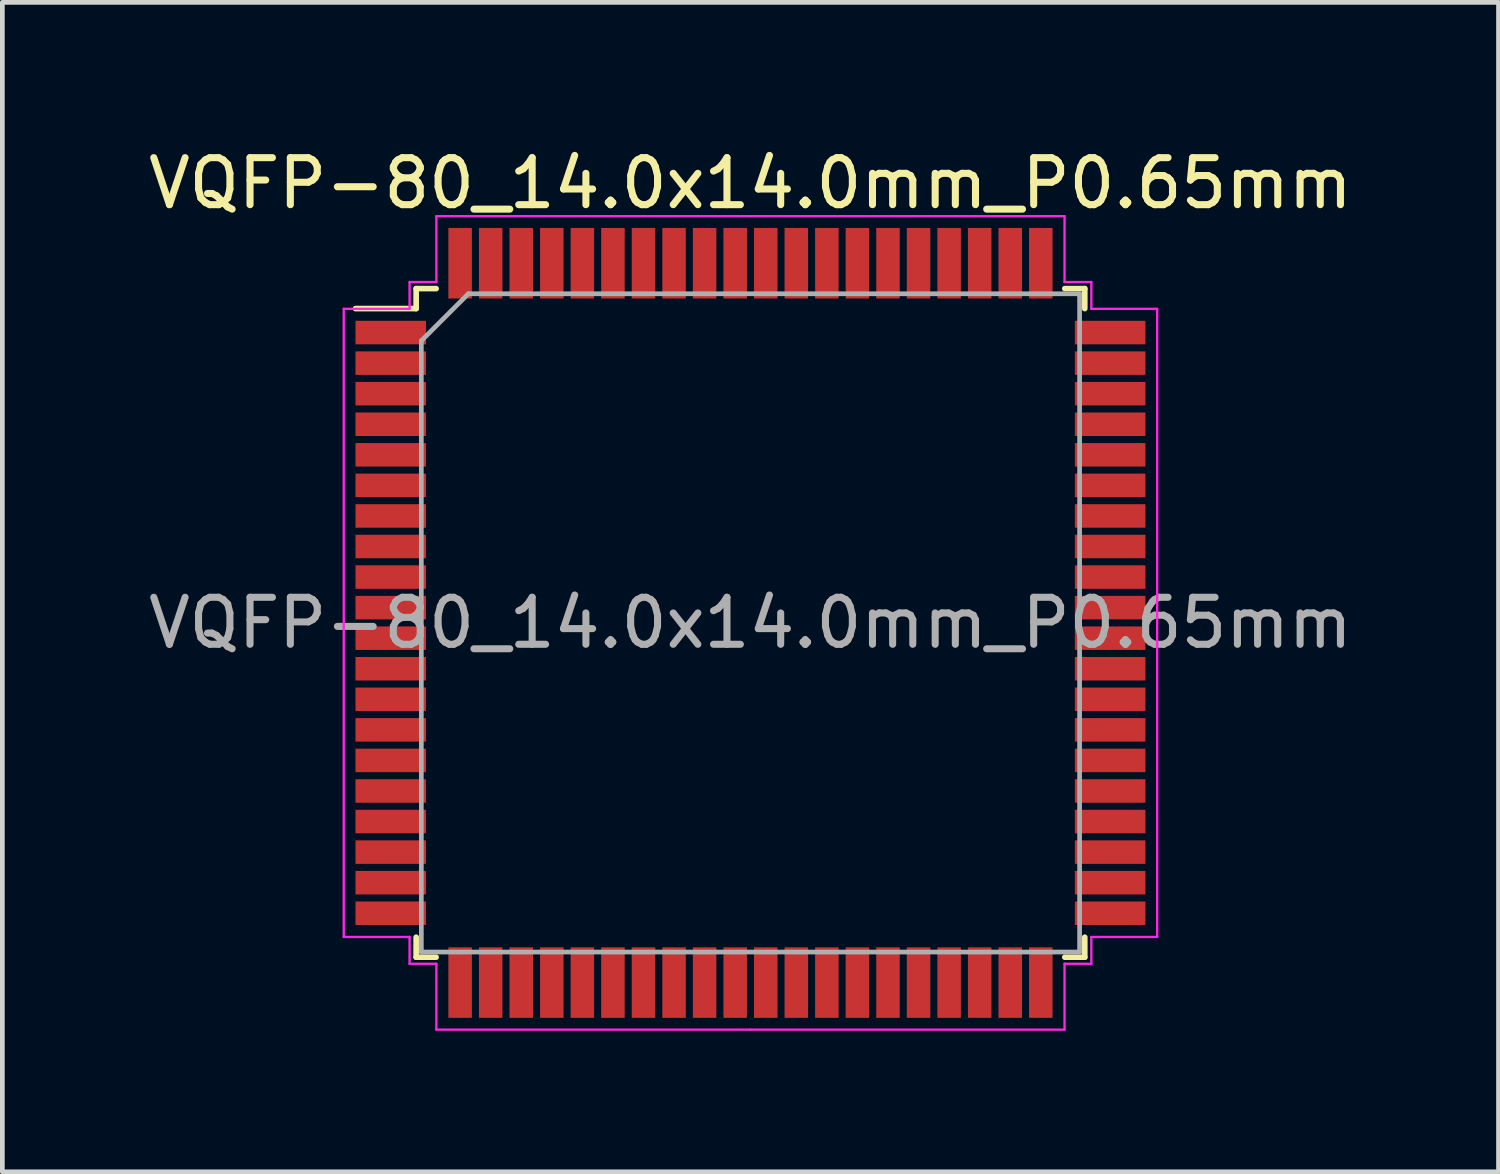
<source format=kicad_pcb>
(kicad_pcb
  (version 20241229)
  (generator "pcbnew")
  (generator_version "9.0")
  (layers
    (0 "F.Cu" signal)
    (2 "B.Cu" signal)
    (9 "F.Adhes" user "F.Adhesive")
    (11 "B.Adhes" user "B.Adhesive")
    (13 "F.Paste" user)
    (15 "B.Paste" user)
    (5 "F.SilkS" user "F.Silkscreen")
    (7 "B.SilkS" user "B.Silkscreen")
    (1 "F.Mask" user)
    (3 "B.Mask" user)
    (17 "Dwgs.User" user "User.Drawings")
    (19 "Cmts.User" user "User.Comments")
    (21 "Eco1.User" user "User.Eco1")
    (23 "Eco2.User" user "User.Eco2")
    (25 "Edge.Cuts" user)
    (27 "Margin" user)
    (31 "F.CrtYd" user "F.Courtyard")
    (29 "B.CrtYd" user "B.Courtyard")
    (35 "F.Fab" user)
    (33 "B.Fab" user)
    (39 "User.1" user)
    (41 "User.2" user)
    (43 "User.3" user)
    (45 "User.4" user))
  (footprint "VQFP-80_14.0x14.0mm_P0.65mm"
    (layer "F.Cu")
    (at 12.911 10.198)
    (property "Reference" "VQFP-80_14.0x14.0mm_P0.65mm" (at 0 -9.35 0) (layer "F.SilkS") (effects (font (size 1 1) (thickness 0.15))))
    (attr smd)
    (fp_line (start -7.11 -7.11) (end -7.11 -6.685) (stroke (width 0.12) (type solid)) (layer "F.SilkS"))
    (fp_line (start -7.11 -6.685) (end -8.4 -6.685) (stroke (width 0.12) (type solid)) (layer "F.SilkS"))
    (fp_line (start -7.11 7.11) (end -7.11 6.685) (stroke (width 0.12) (type solid)) (layer "F.SilkS"))
    (fp_line (start -6.685 -7.11) (end -7.11 -7.11) (stroke (width 0.12) (type solid)) (layer "F.SilkS"))
    (fp_line (start -6.685 7.11) (end -7.11 7.11) (stroke (width 0.12) (type solid)) (layer "F.SilkS"))
    (fp_line (start 6.685 -7.11) (end 7.11 -7.11) (stroke (width 0.12) (type solid)) (layer "F.SilkS"))
    (fp_line (start 6.685 7.11) (end 7.11 7.11) (stroke (width 0.12) (type solid)) (layer "F.SilkS"))
    (fp_line (start 7.11 -7.11) (end 7.11 -6.685) (stroke (width 0.12) (type solid)) (layer "F.SilkS"))
    (fp_line (start 7.11 7.11) (end 7.11 6.685) (stroke (width 0.12) (type solid)) (layer "F.SilkS"))
    (fp_line (start -8.65 -6.68) (end -8.65 0) (stroke (width 0.05) (type solid)) (layer "F.CrtYd"))
    (fp_line (start -8.65 6.68) (end -8.65 0) (stroke (width 0.05) (type solid)) (layer "F.CrtYd"))
    (fp_line (start -7.25 -7.25) (end -7.25 -6.68) (stroke (width 0.05) (type solid)) (layer "F.CrtYd"))
    (fp_line (start -7.25 -6.68) (end -8.65 -6.68) (stroke (width 0.05) (type solid)) (layer "F.CrtYd"))
    (fp_line (start -7.25 6.68) (end -8.65 6.68) (stroke (width 0.05) (type solid)) (layer "F.CrtYd"))
    (fp_line (start -7.25 7.25) (end -7.25 6.68) (stroke (width 0.05) (type solid)) (layer "F.CrtYd"))
    (fp_line (start -6.68 -8.65) (end -6.68 -7.25) (stroke (width 0.05) (type solid)) (layer "F.CrtYd"))
    (fp_line (start -6.68 -7.25) (end -7.25 -7.25) (stroke (width 0.05) (type solid)) (layer "F.CrtYd"))
    (fp_line (start -6.68 7.25) (end -7.25 7.25) (stroke (width 0.05) (type solid)) (layer "F.CrtYd"))
    (fp_line (start -6.68 8.65) (end -6.68 7.25) (stroke (width 0.05) (type solid)) (layer "F.CrtYd"))
    (fp_line (start 0 -8.65) (end -6.68 -8.65) (stroke (width 0.05) (type solid)) (layer "F.CrtYd"))
    (fp_line (start 0 -8.65) (end 6.68 -8.65) (stroke (width 0.05) (type solid)) (layer "F.CrtYd"))
    (fp_line (start 0 8.65) (end -6.68 8.65) (stroke (width 0.05) (type solid)) (layer "F.CrtYd"))
    (fp_line (start 0 8.65) (end 6.68 8.65) (stroke (width 0.05) (type solid)) (layer "F.CrtYd"))
    (fp_line (start 6.68 -8.65) (end 6.68 -7.25) (stroke (width 0.05) (type solid)) (layer "F.CrtYd"))
    (fp_line (start 6.68 -7.25) (end 7.25 -7.25) (stroke (width 0.05) (type solid)) (layer "F.CrtYd"))
    (fp_line (start 6.68 7.25) (end 7.25 7.25) (stroke (width 0.05) (type solid)) (layer "F.CrtYd"))
    (fp_line (start 6.68 8.65) (end 6.68 7.25) (stroke (width 0.05) (type solid)) (layer "F.CrtYd"))
    (fp_line (start 7.25 -7.25) (end 7.25 -6.68) (stroke (width 0.05) (type solid)) (layer "F.CrtYd"))
    (fp_line (start 7.25 -6.68) (end 8.65 -6.68) (stroke (width 0.05) (type solid)) (layer "F.CrtYd"))
    (fp_line (start 7.25 6.68) (end 8.65 6.68) (stroke (width 0.05) (type solid)) (layer "F.CrtYd"))
    (fp_line (start 7.25 7.25) (end 7.25 6.68) (stroke (width 0.05) (type solid)) (layer "F.CrtYd"))
    (fp_line (start 8.65 -6.68) (end 8.65 0) (stroke (width 0.05) (type solid)) (layer "F.CrtYd"))
    (fp_line (start 8.65 6.68) (end 8.65 0) (stroke (width 0.05) (type solid)) (layer "F.CrtYd"))
    (fp_line (start -7 -6) (end -6 -7) (stroke (width 0.1) (type solid)) (layer "F.Fab"))
    (fp_line (start -7 7) (end -7 -6) (stroke (width 0.1) (type solid)) (layer "F.Fab"))
    (fp_line (start -6 -7) (end 7 -7) (stroke (width 0.1) (type solid)) (layer "F.Fab"))
    (fp_line (start 7 -7) (end 7 7) (stroke (width 0.1) (type solid)) (layer "F.Fab"))
    (fp_line (start 7 7) (end -7 7) (stroke (width 0.1) (type solid)) (layer "F.Fab"))
    (fp_text user "${REFERENCE}" (at 0 0 0) (layer "F.Fab") (effects (font (size 1 1) (thickness 0.15))))
    (pad "1" smd rect (at -7.65 -6.175) (size 1.5 0.5) (layers "F.Cu" "F.Mask" "F.Paste"))
    (pad "2" smd rect (at -7.65 -5.525) (size 1.5 0.5) (layers "F.Cu" "F.Mask" "F.Paste"))
    (pad "3" smd rect (at -7.65 -4.875) (size 1.5 0.5) (layers "F.Cu" "F.Mask" "F.Paste"))
    (pad "4" smd rect (at -7.65 -4.225) (size 1.5 0.5) (layers "F.Cu" "F.Mask" "F.Paste"))
    (pad "5" smd rect (at -7.65 -3.575) (size 1.5 0.5) (layers "F.Cu" "F.Mask" "F.Paste"))
    (pad "6" smd rect (at -7.65 -2.925) (size 1.5 0.5) (layers "F.Cu" "F.Mask" "F.Paste"))
    (pad "7" smd rect (at -7.65 -2.275) (size 1.5 0.5) (layers "F.Cu" "F.Mask" "F.Paste"))
    (pad "8" smd rect (at -7.65 -1.625) (size 1.5 0.5) (layers "F.Cu" "F.Mask" "F.Paste"))
    (pad "9" smd rect (at -7.65 -0.975) (size 1.5 0.5) (layers "F.Cu" "F.Mask" "F.Paste"))
    (pad "10" smd rect (at -7.65 -0.325) (size 1.5 0.5) (layers "F.Cu" "F.Mask" "F.Paste"))
    (pad "11" smd rect (at -7.65 0.325) (size 1.5 0.5) (layers "F.Cu" "F.Mask" "F.Paste"))
    (pad "12" smd rect (at -7.65 0.975) (size 1.5 0.5) (layers "F.Cu" "F.Mask" "F.Paste"))
    (pad "13" smd rect (at -7.65 1.625) (size 1.5 0.5) (layers "F.Cu" "F.Mask" "F.Paste"))
    (pad "14" smd rect (at -7.65 2.275) (size 1.5 0.5) (layers "F.Cu" "F.Mask" "F.Paste"))
    (pad "15" smd rect (at -7.65 2.925) (size 1.5 0.5) (layers "F.Cu" "F.Mask" "F.Paste"))
    (pad "16" smd rect (at -7.65 3.575) (size 1.5 0.5) (layers "F.Cu" "F.Mask" "F.Paste"))
    (pad "17" smd rect (at -7.65 4.225) (size 1.5 0.5) (layers "F.Cu" "F.Mask" "F.Paste"))
    (pad "18" smd rect (at -7.65 4.875) (size 1.5 0.5) (layers "F.Cu" "F.Mask" "F.Paste"))
    (pad "19" smd rect (at -7.65 5.525) (size 1.5 0.5) (layers "F.Cu" "F.Mask" "F.Paste"))
    (pad "20" smd rect (at -7.65 6.175) (size 1.5 0.5) (layers "F.Cu" "F.Mask" "F.Paste"))
    (pad "21" smd rect (at -6.175 7.65) (size 0.5 1.5) (layers "F.Cu" "F.Mask" "F.Paste"))
    (pad "22" smd rect (at -5.525 7.65) (size 0.5 1.5) (layers "F.Cu" "F.Mask" "F.Paste"))
    (pad "23" smd rect (at -4.875 7.65) (size 0.5 1.5) (layers "F.Cu" "F.Mask" "F.Paste"))
    (pad "24" smd rect (at -4.225 7.65) (size 0.5 1.5) (layers "F.Cu" "F.Mask" "F.Paste"))
    (pad "25" smd rect (at -3.575 7.65) (size 0.5 1.5) (layers "F.Cu" "F.Mask" "F.Paste"))
    (pad "26" smd rect (at -2.925 7.65) (size 0.5 1.5) (layers "F.Cu" "F.Mask" "F.Paste"))
    (pad "27" smd rect (at -2.275 7.65) (size 0.5 1.5) (layers "F.Cu" "F.Mask" "F.Paste"))
    (pad "28" smd rect (at -1.625 7.65) (size 0.5 1.5) (layers "F.Cu" "F.Mask" "F.Paste"))
    (pad "29" smd rect (at -0.975 7.65) (size 0.5 1.5) (layers "F.Cu" "F.Mask" "F.Paste"))
    (pad "30" smd rect (at -0.325 7.65) (size 0.5 1.5) (layers "F.Cu" "F.Mask" "F.Paste"))
    (pad "31" smd rect (at 0.325 7.65) (size 0.5 1.5) (layers "F.Cu" "F.Mask" "F.Paste"))
    (pad "32" smd rect (at 0.975 7.65) (size 0.5 1.5) (layers "F.Cu" "F.Mask" "F.Paste"))
    (pad "33" smd rect (at 1.625 7.65) (size 0.5 1.5) (layers "F.Cu" "F.Mask" "F.Paste"))
    (pad "34" smd rect (at 2.275 7.65) (size 0.5 1.5) (layers "F.Cu" "F.Mask" "F.Paste"))
    (pad "35" smd rect (at 2.925 7.65) (size 0.5 1.5) (layers "F.Cu" "F.Mask" "F.Paste"))
    (pad "36" smd rect (at 3.575 7.65) (size 0.5 1.5) (layers "F.Cu" "F.Mask" "F.Paste"))
    (pad "37" smd rect (at 4.225 7.65) (size 0.5 1.5) (layers "F.Cu" "F.Mask" "F.Paste"))
    (pad "38" smd rect (at 4.875 7.65) (size 0.5 1.5) (layers "F.Cu" "F.Mask" "F.Paste"))
    (pad "39" smd rect (at 5.525 7.65) (size 0.5 1.5) (layers "F.Cu" "F.Mask" "F.Paste"))
    (pad "40" smd rect (at 6.175 7.65) (size 0.5 1.5) (layers "F.Cu" "F.Mask" "F.Paste"))
    (pad "41" smd rect (at 7.65 6.175) (size 1.5 0.5) (layers "F.Cu" "F.Mask" "F.Paste"))
    (pad "42" smd rect (at 7.65 5.525) (size 1.5 0.5) (layers "F.Cu" "F.Mask" "F.Paste"))
    (pad "43" smd rect (at 7.65 4.875) (size 1.5 0.5) (layers "F.Cu" "F.Mask" "F.Paste"))
    (pad "44" smd rect (at 7.65 4.225) (size 1.5 0.5) (layers "F.Cu" "F.Mask" "F.Paste"))
    (pad "45" smd rect (at 7.65 3.575) (size 1.5 0.5) (layers "F.Cu" "F.Mask" "F.Paste"))
    (pad "46" smd rect (at 7.65 2.925) (size 1.5 0.5) (layers "F.Cu" "F.Mask" "F.Paste"))
    (pad "47" smd rect (at 7.65 2.275) (size 1.5 0.5) (layers "F.Cu" "F.Mask" "F.Paste"))
    (pad "48" smd rect (at 7.65 1.625) (size 1.5 0.5) (layers "F.Cu" "F.Mask" "F.Paste"))
    (pad "49" smd rect (at 7.65 0.975) (size 1.5 0.5) (layers "F.Cu" "F.Mask" "F.Paste"))
    (pad "50" smd rect (at 7.65 0.325) (size 1.5 0.5) (layers "F.Cu" "F.Mask" "F.Paste"))
    (pad "51" smd rect (at 7.65 -0.325) (size 1.5 0.5) (layers "F.Cu" "F.Mask" "F.Paste"))
    (pad "52" smd rect (at 7.65 -0.975) (size 1.5 0.5) (layers "F.Cu" "F.Mask" "F.Paste"))
    (pad "53" smd rect (at 7.65 -1.625) (size 1.5 0.5) (layers "F.Cu" "F.Mask" "F.Paste"))
    (pad "54" smd rect (at 7.65 -2.275) (size 1.5 0.5) (layers "F.Cu" "F.Mask" "F.Paste"))
    (pad "55" smd rect (at 7.65 -2.925) (size 1.5 0.5) (layers "F.Cu" "F.Mask" "F.Paste"))
    (pad "56" smd rect (at 7.65 -3.575) (size 1.5 0.5) (layers "F.Cu" "F.Mask" "F.Paste"))
    (pad "57" smd rect (at 7.65 -4.225) (size 1.5 0.5) (layers "F.Cu" "F.Mask" "F.Paste"))
    (pad "58" smd rect (at 7.65 -4.875) (size 1.5 0.5) (layers "F.Cu" "F.Mask" "F.Paste"))
    (pad "59" smd rect (at 7.65 -5.525) (size 1.5 0.5) (layers "F.Cu" "F.Mask" "F.Paste"))
    (pad "60" smd rect (at 7.65 -6.175) (size 1.5 0.5) (layers "F.Cu" "F.Mask" "F.Paste"))
    (pad "61" smd rect (at 6.175 -7.65) (size 0.5 1.5) (layers "F.Cu" "F.Mask" "F.Paste"))
    (pad "62" smd rect (at 5.525 -7.65) (size 0.5 1.5) (layers "F.Cu" "F.Mask" "F.Paste"))
    (pad "63" smd rect (at 4.875 -7.65) (size 0.5 1.5) (layers "F.Cu" "F.Mask" "F.Paste"))
    (pad "64" smd rect (at 4.225 -7.65) (size 0.5 1.5) (layers "F.Cu" "F.Mask" "F.Paste"))
    (pad "65" smd rect (at 3.575 -7.65) (size 0.5 1.5) (layers "F.Cu" "F.Mask" "F.Paste"))
    (pad "66" smd rect (at 2.925 -7.65) (size 0.5 1.5) (layers "F.Cu" "F.Mask" "F.Paste"))
    (pad "67" smd rect (at 2.275 -7.65) (size 0.5 1.5) (layers "F.Cu" "F.Mask" "F.Paste"))
    (pad "68" smd rect (at 1.625 -7.65) (size 0.5 1.5) (layers "F.Cu" "F.Mask" "F.Paste"))
    (pad "69" smd rect (at 0.975 -7.65) (size 0.5 1.5) (layers "F.Cu" "F.Mask" "F.Paste"))
    (pad "70" smd rect (at 0.325 -7.65) (size 0.5 1.5) (layers "F.Cu" "F.Mask" "F.Paste"))
    (pad "71" smd rect (at -0.325 -7.65) (size 0.5 1.5) (layers "F.Cu" "F.Mask" "F.Paste"))
    (pad "72" smd rect (at -0.975 -7.65) (size 0.5 1.5) (layers "F.Cu" "F.Mask" "F.Paste"))
    (pad "73" smd rect (at -1.625 -7.65) (size 0.5 1.5) (layers "F.Cu" "F.Mask" "F.Paste"))
    (pad "74" smd rect (at -2.275 -7.65) (size 0.5 1.5) (layers "F.Cu" "F.Mask" "F.Paste"))
    (pad "75" smd rect (at -2.925 -7.65) (size 0.5 1.5) (layers "F.Cu" "F.Mask" "F.Paste"))
    (pad "76" smd rect (at -3.575 -7.65) (size 0.5 1.5) (layers "F.Cu" "F.Mask" "F.Paste"))
    (pad "77" smd rect (at -4.225 -7.65) (size 0.5 1.5) (layers "F.Cu" "F.Mask" "F.Paste"))
    (pad "78" smd rect (at -4.875 -7.65) (size 0.5 1.5) (layers "F.Cu" "F.Mask" "F.Paste"))
    (pad "79" smd rect (at -5.525 -7.65) (size 0.5 1.5) (layers "F.Cu" "F.Mask" "F.Paste"))
    (pad "80" smd rect (at -6.175 -7.65) (size 0.5 1.5) (layers "F.Cu" "F.Mask" "F.Paste")))
  (gr_rect
    (start -3 -3)
    (end 28.821 21.873)
    (stroke (width 0.1) (type default))
    (fill no)
    (layer "Edge.Cuts")))
</source>
